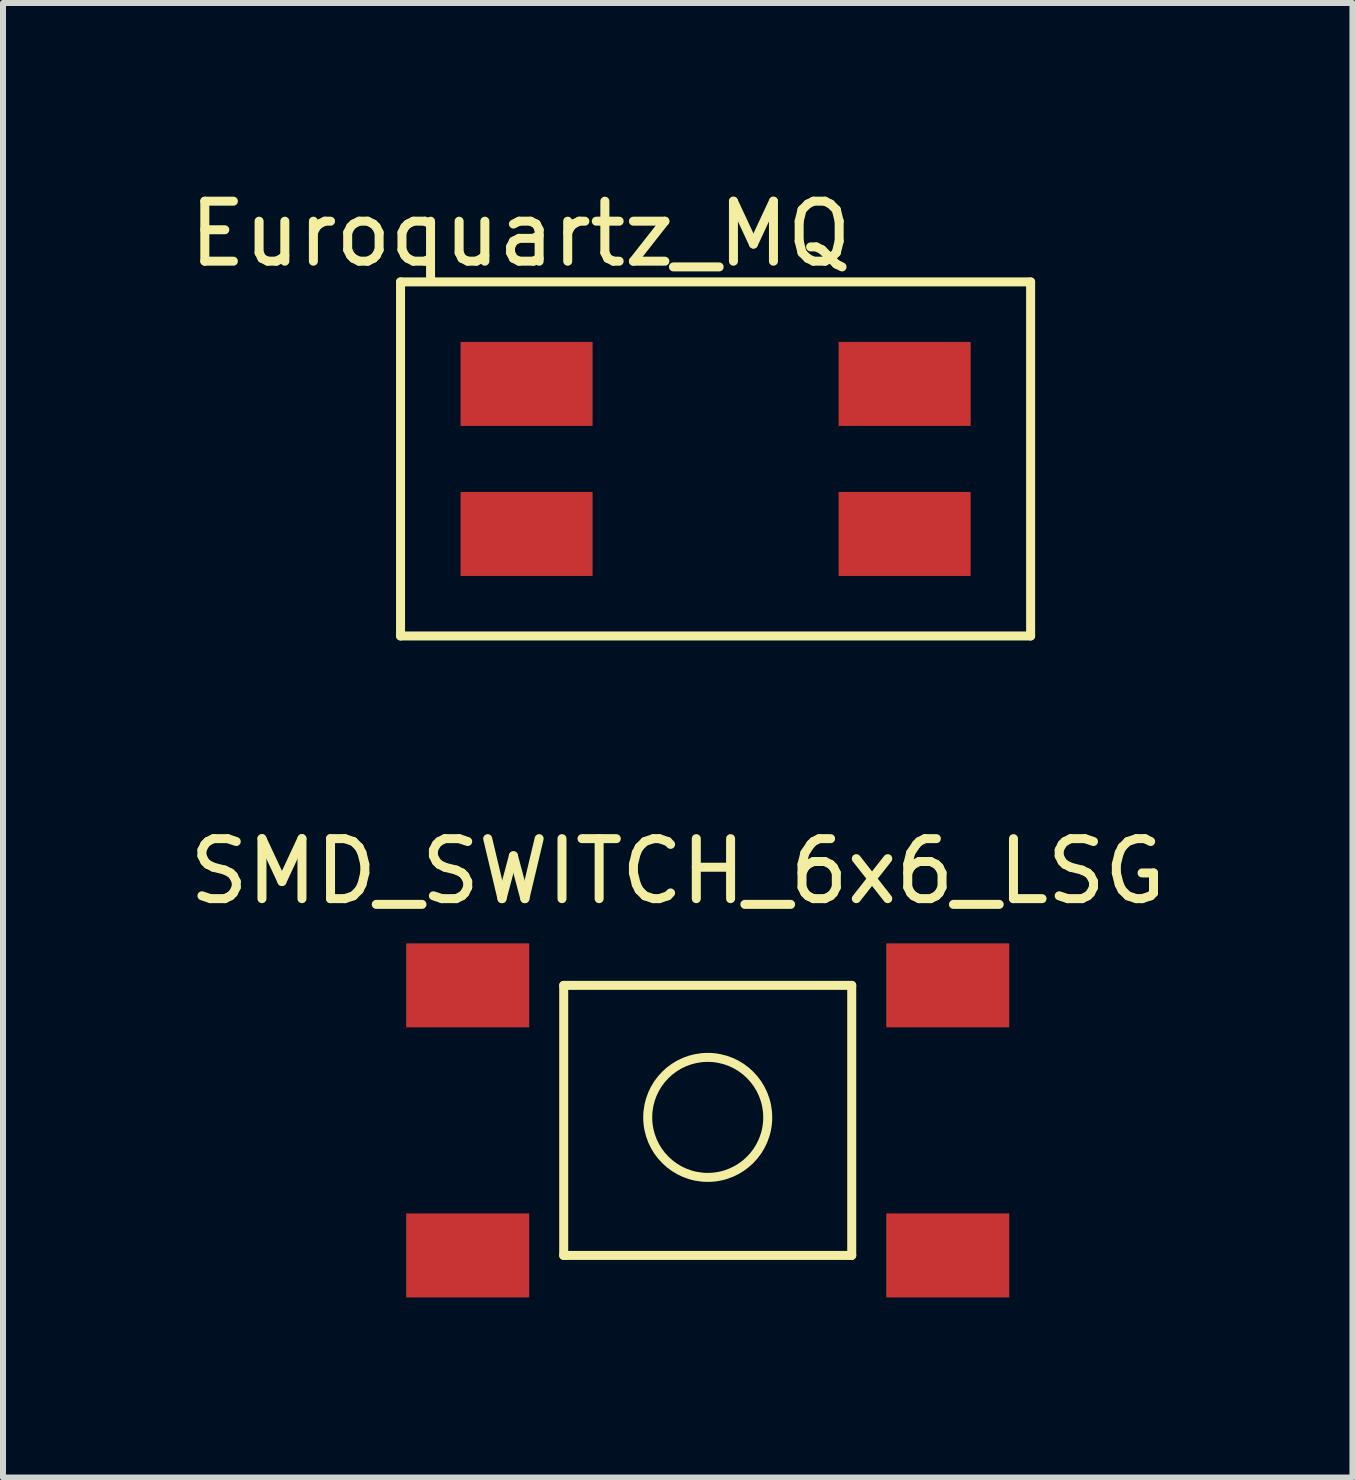
<source format=kicad_pcb>
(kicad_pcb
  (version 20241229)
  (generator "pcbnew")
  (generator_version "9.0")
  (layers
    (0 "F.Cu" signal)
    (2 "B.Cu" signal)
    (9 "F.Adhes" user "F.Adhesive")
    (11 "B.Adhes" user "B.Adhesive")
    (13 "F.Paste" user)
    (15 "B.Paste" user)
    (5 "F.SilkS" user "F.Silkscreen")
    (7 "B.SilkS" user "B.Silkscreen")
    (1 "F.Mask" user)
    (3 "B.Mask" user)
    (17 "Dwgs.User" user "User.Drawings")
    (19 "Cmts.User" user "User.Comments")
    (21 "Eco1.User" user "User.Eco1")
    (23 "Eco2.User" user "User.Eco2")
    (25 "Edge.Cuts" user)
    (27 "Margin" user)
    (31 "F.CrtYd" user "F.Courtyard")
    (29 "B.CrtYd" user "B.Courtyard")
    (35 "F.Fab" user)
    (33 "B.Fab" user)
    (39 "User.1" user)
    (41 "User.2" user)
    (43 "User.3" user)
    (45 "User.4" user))
  (footprint "SMD_SWITCH_6x6_LSG"
    (layer "F.Cu")
    (at 3.744 12.671)
    (property "Reference" "SMD_SWITCH_6x6_LSG" (at 4.5 -1.2 0) (layer "F.SilkS") (effects (font (size 1 1) (thickness 0.15))))
    (attr through_hole)
    (fp_line (start 2.6 0.7) (end 2.6 5.2) (stroke (width 0.15) (type solid)) (layer "F.SilkS"))
    (fp_line (start 2.6 5.2) (end 7.4 5.2) (stroke (width 0.15) (type solid)) (layer "F.SilkS"))
    (fp_line (start 7.4 0.7) (end 2.6 0.7) (stroke (width 0.15) (type solid)) (layer "F.SilkS"))
    (fp_line (start 7.4 5.2) (end 7.4 0.7) (stroke (width 0.15) (type solid)) (layer "F.SilkS"))
    (fp_circle (center 5 2.9) (end 5.8 3.5) (stroke (width 0.15) (type solid)) (fill no) (layer "F.SilkS"))
    (pad "1" smd rect (at 1 0.7) (size 2.05 1.4) (layers "F.Cu" "F.Mask" "F.Paste"))
    (pad "2" smd rect (at 9 0.7) (size 2.05 1.4) (layers "F.Cu" "F.Mask" "F.Paste"))
    (pad "3" smd rect (at 1 5.2) (size 2.05 1.4) (layers "F.Cu" "F.Mask" "F.Paste"))
    (pad "4" smd rect (at 9 5.2) (size 2.05 1.4) (layers "F.Cu" "F.Mask" "F.Paste")))
  (footprint "Euroquartz_MQ"
    (layer "F.Cu")
    (at 8.875 4.598)
    (property "Reference" "Euroquartz_MQ" (at -3.25 -3.75 0) (layer "F.SilkS") (effects (font (size 1 1) (thickness 0.15))))
    (attr through_hole)
    (fp_line (start -5.25 -2.95) (end 5.25 -2.95) (stroke (width 0.15) (type solid)) (layer "F.SilkS"))
    (fp_line (start -5.25 2.95) (end -5.25 -2.95) (stroke (width 0.15) (type solid)) (layer "F.SilkS"))
    (fp_line (start 5.25 -2.95) (end 5.25 2.95) (stroke (width 0.15) (type solid)) (layer "F.SilkS"))
    (fp_line (start 5.25 2.95) (end -5.25 2.95) (stroke (width 0.15) (type solid)) (layer "F.SilkS"))
    (pad "1" smd rect (at -3.15 1.25) (size 2.2 1.4) (layers "F.Cu" "F.Mask" "F.Paste"))
    (pad "2" smd rect (at 3.15 1.25) (size 2.2 1.4) (layers "F.Cu" "F.Mask" "F.Paste"))
    (pad "3" smd rect (at 3.15 -1.25) (size 2.2 1.4) (layers "F.Cu" "F.Mask" "F.Paste"))
    (pad "4" smd rect (at -3.15 -1.25) (size 2.2 1.4) (layers "F.Cu" "F.Mask" "F.Paste")))
  (gr_rect
    (start -3 -3)
    (end 19.488 21.572)
    (stroke (width 0.1) (type default))
    (fill no)
    (layer "Edge.Cuts")))
</source>
